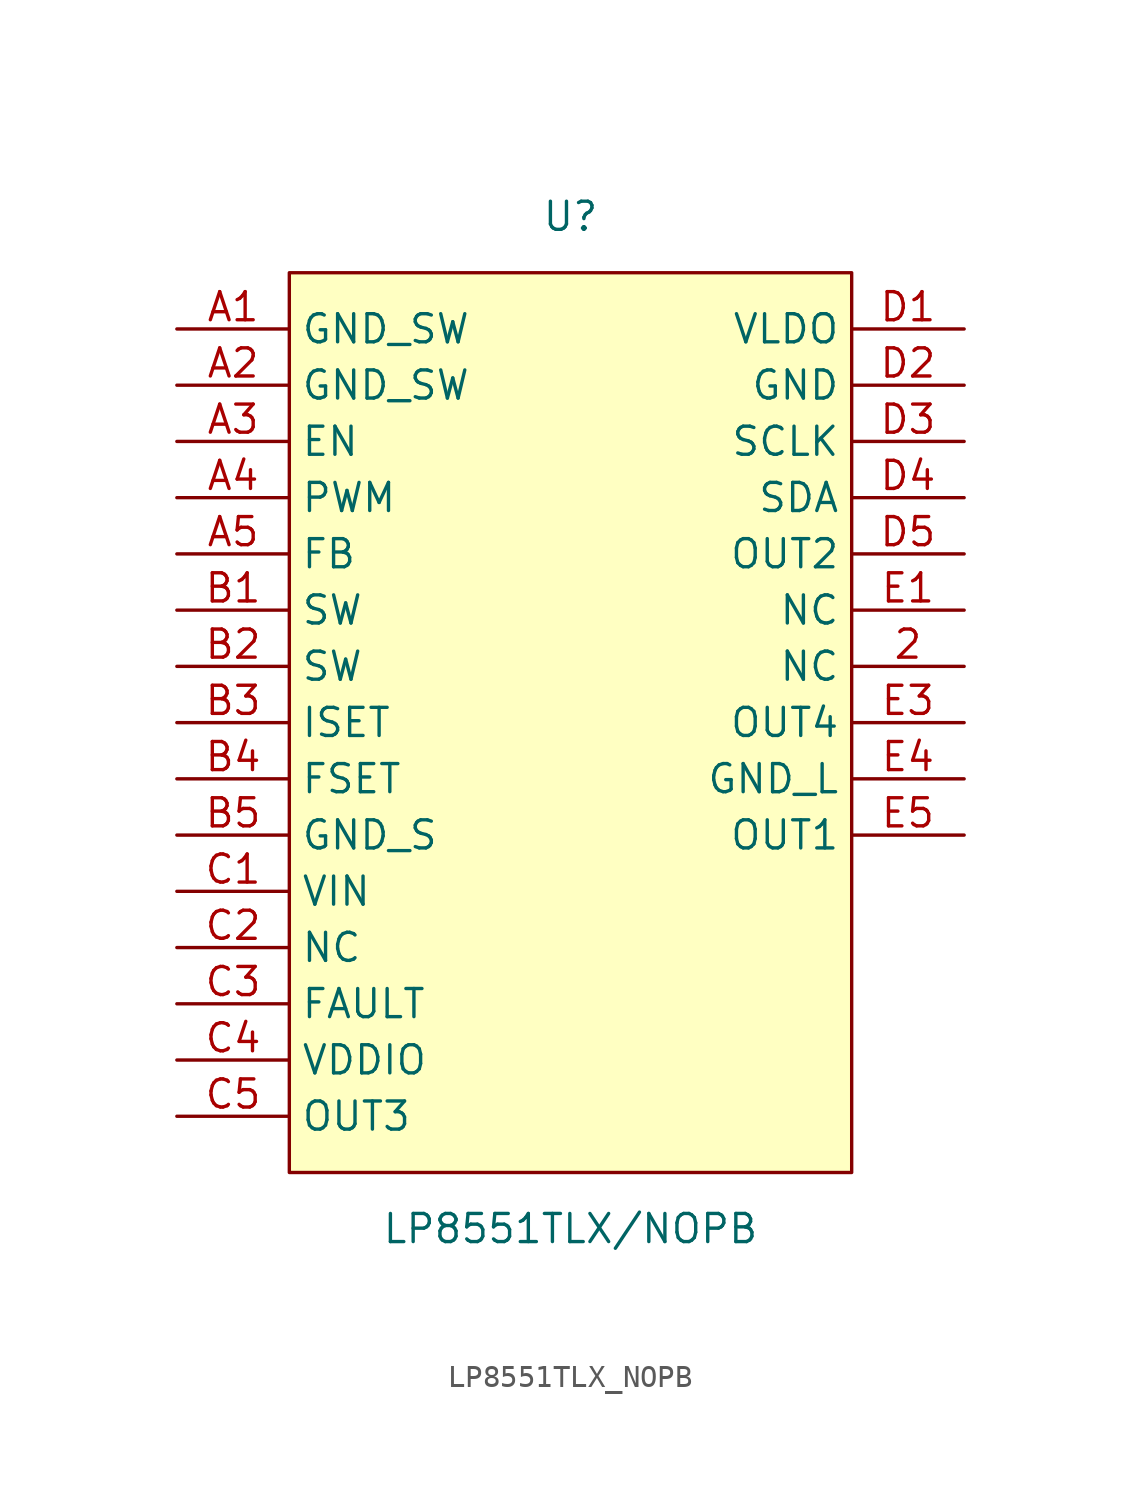
<source format=kicad_sym>
(kicad_symbol_lib
  (version 20211014)
  (generator https://github.com/uPesy/easyeda2kicad.py)
  (symbol "LP8551TLX_NOPB"
    (property "Reference" "U"
      (at 0 22.86 0)
      (effects (font (size 1.27 1.27))))
    (property "Value" "LP8551TLX/NOPB"
      (at 0 -22.86 0)
      (effects (font (size 1.27 1.27))))
    (symbol "LP8551TLX_NOPB_0_1"
      (rectangle (start -12.70 20.32) (end 12.70 -20.32) (stroke (width 0) (type default) (color 0 0 0 0)) (fill (type background)))
      (pin unspecified line (at -17.78 17.78 0) (length 5.08) (name "GND_SW" (effects (font (size 1.27 1.27)))) (number "A1" (effects (font (size 1.27 1.27)))))
      (pin unspecified line (at -17.78 15.24 0) (length 5.08) (name "GND_SW" (effects (font (size 1.27 1.27)))) (number "A2" (effects (font (size 1.27 1.27)))))
      (pin unspecified line (at -17.78 12.70 0) (length 5.08) (name "EN" (effects (font (size 1.27 1.27)))) (number "A3" (effects (font (size 1.27 1.27)))))
      (pin unspecified line (at -17.78 10.16 0) (length 5.08) (name "PWM" (effects (font (size 1.27 1.27)))) (number "A4" (effects (font (size 1.27 1.27)))))
      (pin unspecified line (at -17.78 7.62 0) (length 5.08) (name "FB" (effects (font (size 1.27 1.27)))) (number "A5" (effects (font (size 1.27 1.27)))))
      (pin unspecified line (at -17.78 5.08 0) (length 5.08) (name "SW" (effects (font (size 1.27 1.27)))) (number "B1" (effects (font (size 1.27 1.27)))))
      (pin unspecified line (at -17.78 2.54 0) (length 5.08) (name "SW" (effects (font (size 1.27 1.27)))) (number "B2" (effects (font (size 1.27 1.27)))))
      (pin unspecified line (at -17.78 -0.00 0) (length 5.08) (name "ISET" (effects (font (size 1.27 1.27)))) (number "B3" (effects (font (size 1.27 1.27)))))
      (pin unspecified line (at -17.78 -2.54 0) (length 5.08) (name "FSET" (effects (font (size 1.27 1.27)))) (number "B4" (effects (font (size 1.27 1.27)))))
      (pin unspecified line (at -17.78 -5.08 0) (length 5.08) (name "GND_S" (effects (font (size 1.27 1.27)))) (number "B5" (effects (font (size 1.27 1.27)))))
      (pin unspecified line (at -17.78 -7.62 0) (length 5.08) (name "VIN" (effects (font (size 1.27 1.27)))) (number "C1" (effects (font (size 1.27 1.27)))))
      (pin unspecified line (at -17.78 -10.16 0) (length 5.08) (name "NC" (effects (font (size 1.27 1.27)))) (number "C2" (effects (font (size 1.27 1.27)))))
      (pin unspecified line (at -17.78 -12.70 0) (length 5.08) (name "FAULT" (effects (font (size 1.27 1.27)))) (number "C3" (effects (font (size 1.27 1.27)))))
      (pin unspecified line (at -17.78 -15.24 0) (length 5.08) (name "VDDIO" (effects (font (size 1.27 1.27)))) (number "C4" (effects (font (size 1.27 1.27)))))
      (pin unspecified line (at -17.78 -17.78 0) (length 5.08) (name "OUT3" (effects (font (size 1.27 1.27)))) (number "C5" (effects (font (size 1.27 1.27)))))
      (pin unspecified line (at 17.78 17.78 180) (length 5.08) (name "VLDO" (effects (font (size 1.27 1.27)))) (number "D1" (effects (font (size 1.27 1.27)))))
      (pin unspecified line (at 17.78 15.24 180) (length 5.08) (name "GND" (effects (font (size 1.27 1.27)))) (number "D2" (effects (font (size 1.27 1.27)))))
      (pin unspecified line (at 17.78 12.70 180) (length 5.08) (name "SCLK" (effects (font (size 1.27 1.27)))) (number "D3" (effects (font (size 1.27 1.27)))))
      (pin unspecified line (at 17.78 10.16 180) (length 5.08) (name "SDA" (effects (font (size 1.27 1.27)))) (number "D4" (effects (font (size 1.27 1.27)))))
      (pin unspecified line (at 17.78 7.62 180) (length 5.08) (name "OUT2" (effects (font (size 1.27 1.27)))) (number "D5" (effects (font (size 1.27 1.27)))))
      (pin unspecified line (at 17.78 5.08 180) (length 5.08) (name "NC" (effects (font (size 1.27 1.27)))) (number "E1" (effects (font (size 1.27 1.27)))))
      (pin unspecified line (at 17.78 2.54 180) (length 5.08) (name "NC" (effects (font (size 1.27 1.27)))) (number "2" (effects (font (size 1.27 1.27)))))
      (pin unspecified line (at 17.78 -0.00 180) (length 5.08) (name "OUT4" (effects (font (size 1.27 1.27)))) (number "E3" (effects (font (size 1.27 1.27)))))
      (pin unspecified line (at 17.78 -2.54 180) (length 5.08) (name "GND_L" (effects (font (size 1.27 1.27)))) (number "E4" (effects (font (size 1.27 1.27)))))
      (pin unspecified line (at 17.78 -5.08 180) (length 5.08) (name "OUT1" (effects (font (size 1.27 1.27)))) (number "E5" (effects (font (size 1.27 1.27))))))))
</source>
